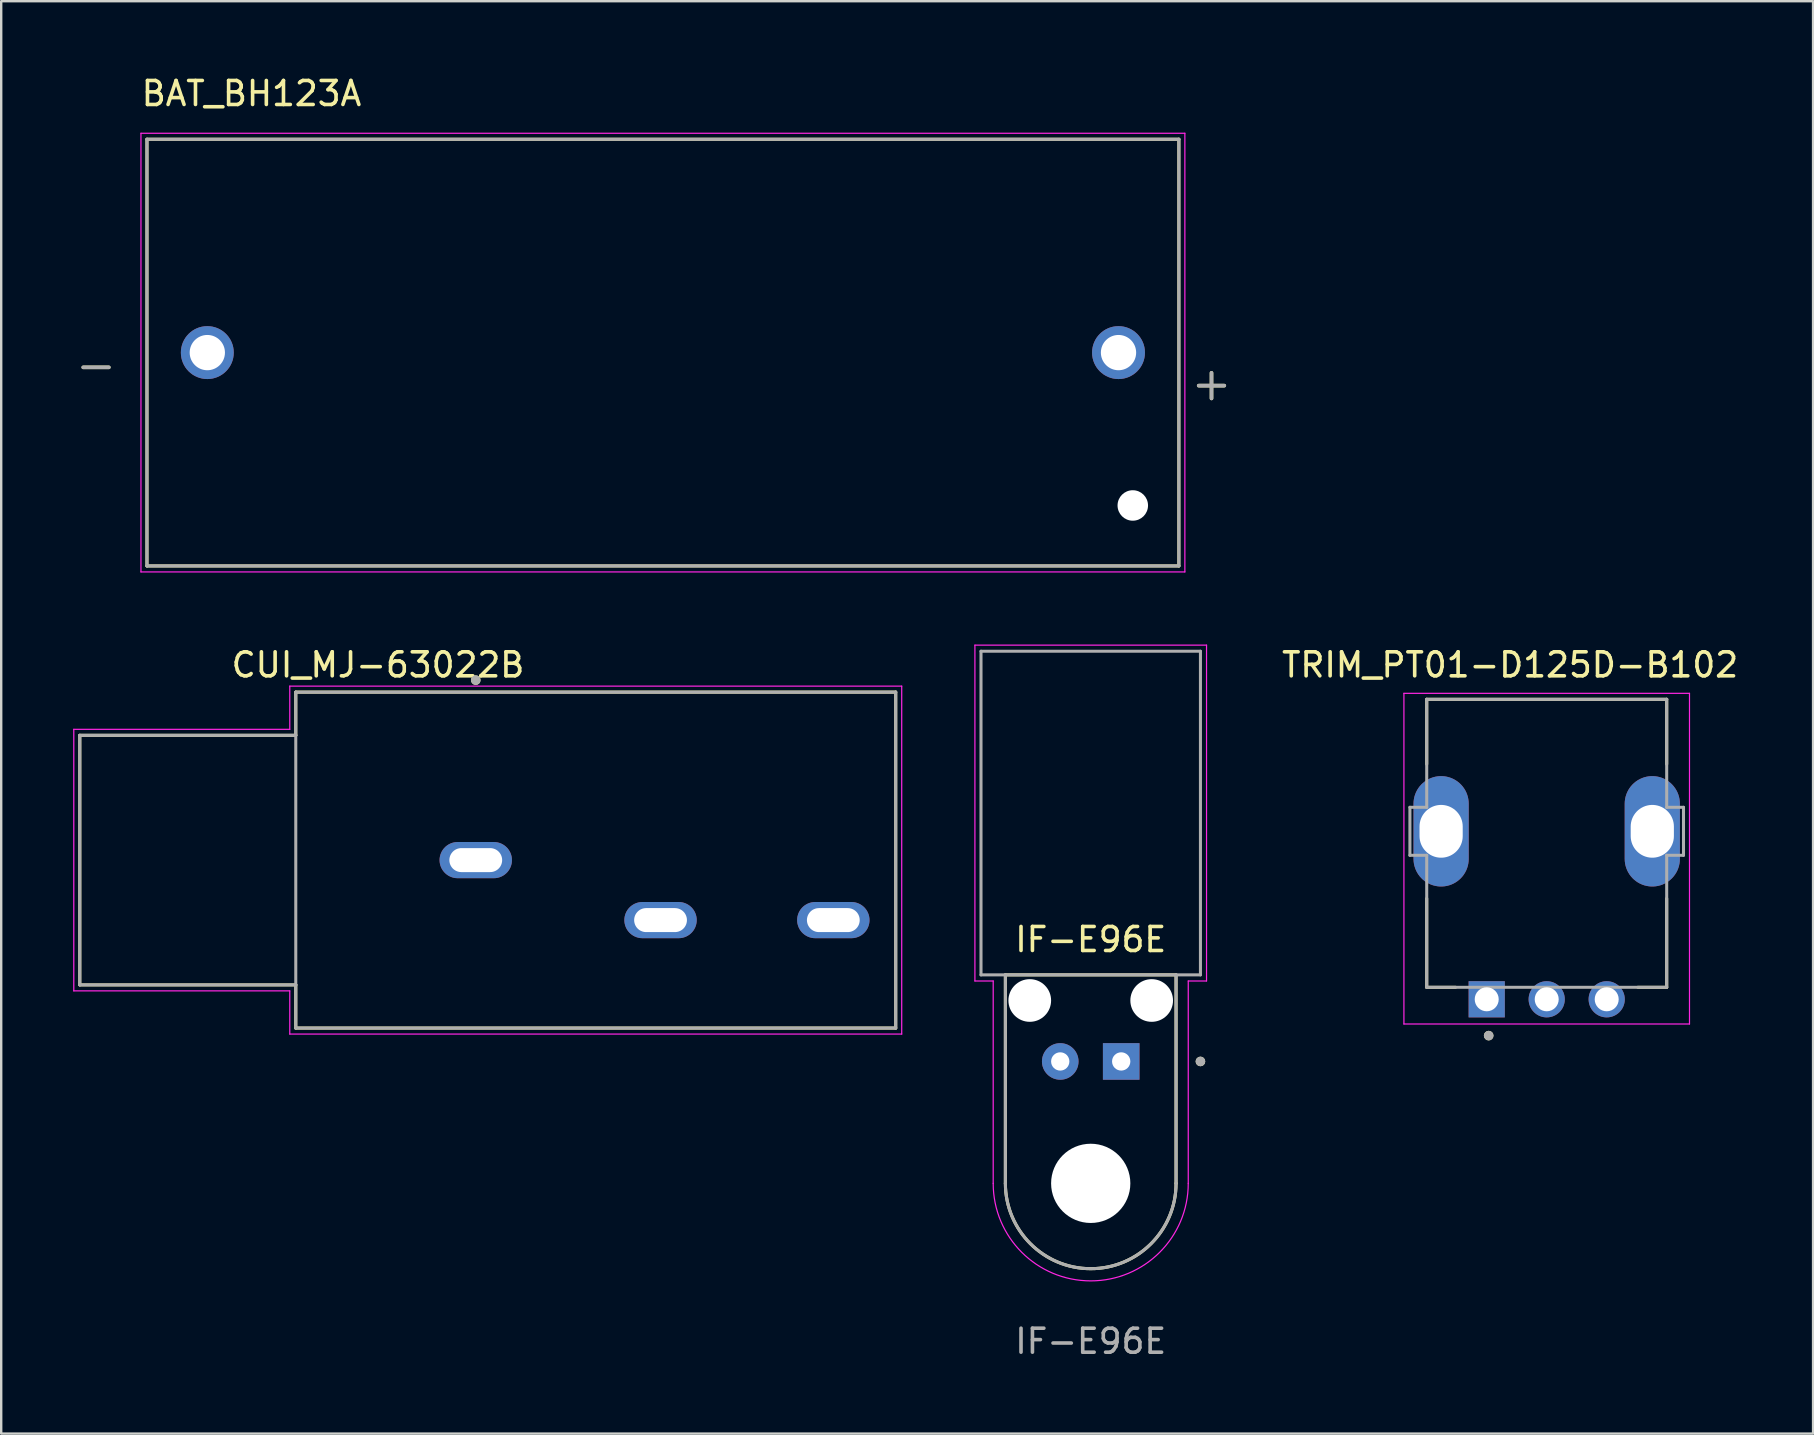
<source format=kicad_pcb>
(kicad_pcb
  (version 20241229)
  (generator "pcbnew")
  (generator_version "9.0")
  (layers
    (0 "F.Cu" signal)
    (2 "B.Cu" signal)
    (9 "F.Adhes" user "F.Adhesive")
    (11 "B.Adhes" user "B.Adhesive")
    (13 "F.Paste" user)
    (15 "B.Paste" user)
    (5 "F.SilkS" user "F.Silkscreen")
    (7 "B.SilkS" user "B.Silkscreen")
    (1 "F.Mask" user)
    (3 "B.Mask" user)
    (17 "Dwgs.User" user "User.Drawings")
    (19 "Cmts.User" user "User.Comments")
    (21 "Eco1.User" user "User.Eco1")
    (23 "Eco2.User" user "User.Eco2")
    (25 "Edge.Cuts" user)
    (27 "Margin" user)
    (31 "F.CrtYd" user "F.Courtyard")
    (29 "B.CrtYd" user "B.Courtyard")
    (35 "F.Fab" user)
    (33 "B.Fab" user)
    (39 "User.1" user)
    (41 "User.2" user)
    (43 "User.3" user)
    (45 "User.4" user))
  (footprint "CUI_MJ-63022B"
    (layer "F.Cu")
    (at 16.775 32.791)
    (property "Reference" "CUI_MJ-63022B" (at -4.075 -8.135 0) (layer "F.SilkS") (effects (font (size 1 1) (thickness 0.15))))
    (attr through_hole)
    (fp_line (start -16.5 -5.2) (end -16.5 5.2) (stroke (width 0.127) (type solid)) (layer "F.SilkS"))
    (fp_line (start -16.5 5.2) (end -7.5 5.2) (stroke (width 0.127) (type solid)) (layer "F.SilkS"))
    (fp_line (start -7.5 -7) (end 17.5 -7) (stroke (width 0.127) (type solid)) (layer "F.SilkS"))
    (fp_line (start -7.5 -5.2) (end -16.5 -5.2) (stroke (width 0.127) (type solid)) (layer "F.SilkS"))
    (fp_line (start -7.5 -5.2) (end -7.5 -7) (stroke (width 0.127) (type solid)) (layer "F.SilkS"))
    (fp_line (start -7.5 7) (end -7.5 5.2) (stroke (width 0.127) (type solid)) (layer "F.SilkS"))
    (fp_line (start 17.5 -7) (end 17.5 7) (stroke (width 0.127) (type solid)) (layer "F.SilkS"))
    (fp_line (start 17.5 7) (end -7.5 7) (stroke (width 0.127) (type solid)) (layer "F.SilkS"))
    (fp_circle (center 0 -7.5) (end 0.1 -7.5) (stroke (width 0.2) (type solid)) (fill no) (layer "F.SilkS"))
    (fp_line (start -16.75 -5.45) (end -7.75 -5.45) (stroke (width 0.05) (type solid)) (layer "F.CrtYd"))
    (fp_line (start -16.75 5.45) (end -16.75 -5.45) (stroke (width 0.05) (type solid)) (layer "F.CrtYd"))
    (fp_line (start -16.75 5.45) (end -7.75 5.45) (stroke (width 0.05) (type solid)) (layer "F.CrtYd"))
    (fp_line (start -7.75 -7.25) (end -7.75 -5.45) (stroke (width 0.05) (type solid)) (layer "F.CrtYd"))
    (fp_line (start -7.75 -7.25) (end 17.75 -7.25) (stroke (width 0.05) (type solid)) (layer "F.CrtYd"))
    (fp_line (start -7.75 5.45) (end -7.75 7.25) (stroke (width 0.05) (type solid)) (layer "F.CrtYd"))
    (fp_line (start 17.75 -7.25) (end 17.75 7.25) (stroke (width 0.05) (type solid)) (layer "F.CrtYd"))
    (fp_line (start 17.75 7.25) (end -7.75 7.25) (stroke (width 0.05) (type solid)) (layer "F.CrtYd"))
    (fp_line (start -16.5 -5.2) (end -16.5 5.2) (stroke (width 0.127) (type solid)) (layer "F.Fab"))
    (fp_line (start -16.5 5.2) (end -7.5 5.2) (stroke (width 0.127) (type solid)) (layer "F.Fab"))
    (fp_line (start -7.5 -7) (end 17.5 -7) (stroke (width 0.127) (type solid)) (layer "F.Fab"))
    (fp_line (start -7.5 -5.2) (end -16.5 -5.2) (stroke (width 0.127) (type solid)) (layer "F.Fab"))
    (fp_line (start -7.5 -5.2) (end -7.5 -7) (stroke (width 0.127) (type solid)) (layer "F.Fab"))
    (fp_line (start -7.5 5.2) (end -7.5 -5.2) (stroke (width 0.127) (type solid)) (layer "F.Fab"))
    (fp_line (start -7.5 7) (end -7.5 5.2) (stroke (width 0.127) (type solid)) (layer "F.Fab"))
    (fp_line (start 17.5 -7) (end 17.5 7) (stroke (width 0.127) (type solid)) (layer "F.Fab"))
    (fp_line (start 17.5 7) (end -7.5 7) (stroke (width 0.127) (type solid)) (layer "F.Fab"))
    (fp_circle (center 0 -7.5) (end 0.1 -7.5) (stroke (width 0.2) (type solid)) (fill no) (layer "F.Fab"))
    (pad "1" thru_hole oval (at 0 0) (size 3.016 1.508) (drill oval 2.2 1) (layers "*.Cu" "*.Mask"))
    (pad "2" thru_hole oval (at 14.9 2.5) (size 3.016 1.508) (drill oval 2.2 1) (layers "*.Cu" "*.Mask"))
    (pad "4" thru_hole oval (at 7.7 2.5) (size 3.016 1.508) (drill oval 2.2 1) (layers "*.Cu" "*.Mask")))
  (footprint "BAT_BH123A"
    (layer "F.Cu")
    (at 24.574 11.643)
    (property "Reference" "BAT_BH123A" (at -17.145 -10.795 0) (layer "F.SilkS") (effects (font (size 1 1) (thickness 0.15))))
    (attr through_hole)
    (fp_line (start -21.5 -8.89) (end 21.5 -8.89) (stroke (width 0.127) (type solid)) (layer "F.SilkS"))
    (fp_line (start -21.5 8.89) (end -21.5 -8.89) (stroke (width 0.127) (type solid)) (layer "F.SilkS"))
    (fp_line (start 21.5 -8.89) (end 21.5 8.89) (stroke (width 0.127) (type solid)) (layer "F.SilkS"))
    (fp_line (start 21.5 8.89) (end -21.5 8.89) (stroke (width 0.127) (type solid)) (layer "F.SilkS"))
    (fp_line (start -21.75 -9.14) (end 21.75 -9.14) (stroke (width 0.05) (type solid)) (layer "F.CrtYd"))
    (fp_line (start -21.75 9.14) (end -21.75 -9.14) (stroke (width 0.05) (type solid)) (layer "F.CrtYd"))
    (fp_line (start 21.75 -9.14) (end 21.75 9.14) (stroke (width 0.05) (type solid)) (layer "F.CrtYd"))
    (fp_line (start 21.75 9.14) (end -21.75 9.14) (stroke (width 0.05) (type solid)) (layer "F.CrtYd"))
    (fp_line (start -21.5 -8.89) (end 21.5 -8.89) (stroke (width 0.127) (type solid)) (layer "F.Fab"))
    (fp_line (start -21.5 8.89) (end -21.5 -8.89) (stroke (width 0.127) (type solid)) (layer "F.Fab"))
    (fp_line (start 21.5 -8.89) (end 21.5 8.89) (stroke (width 0.127) (type solid)) (layer "F.Fab"))
    (fp_line (start 21.5 8.89) (end -21.5 8.89) (stroke (width 0.127) (type solid)) (layer "F.Fab"))
    (fp_text user "-" (at -23.622 0.508 0) (layer "F.SilkS") (effects (font (size 1.4 1.4) (thickness 0.15))))
    (fp_text user "+" (at 22.86 1.27 0) (layer "F.SilkS") (effects (font (size 1.4 1.4) (thickness 0.15))))
    (fp_text user "-" (at -23.622 0.508 0) (layer "F.Fab") (effects (font (size 1.4 1.4) (thickness 0.15))))
    (fp_text user "+" (at 22.86 1.27 0) (layer "F.Fab") (effects (font (size 1.4 1.4) (thickness 0.15))))
    (pad "" np_thru_hole circle (at 19.58 6.37) (size 1.27 1.27) (drill 1.27) (layers "*.Cu" "*.Mask"))
    (pad "N" thru_hole circle (at -18.985 0) (size 2.205 2.205) (drill 1.47) (layers "*.Cu" "*.Mask"))
    (pad "P" thru_hole circle (at 18.985 0) (size 2.205 2.205) (drill 1.47) (layers "*.Cu" "*.Mask")))
  (footprint "TRIM_PT01-D125D-B102"
    (layer "F.Cu")
    (at 61.402 31.591)
    (property "Reference" "TRIM_PT01-D125D-B102" (at -1.525 -6.935 0) (layer "F.SilkS") (effects (font (size 1 1) (thickness 0.15))))
    (attr through_hole)
    (fp_line (start -5 -5.5) (end 5 -5.5) (stroke (width 0.127) (type solid)) (layer "F.SilkS"))
    (fp_line (start -5 -2.8) (end -5 -5.5) (stroke (width 0.127) (type solid)) (layer "F.SilkS"))
    (fp_line (start -5 2.8) (end -5 6.5) (stroke (width 0.127) (type solid)) (layer "F.SilkS"))
    (fp_line (start -5 6.5) (end -3.8 6.5) (stroke (width 0.127) (type solid)) (layer "F.SilkS"))
    (fp_line (start 5 -5.5) (end 5 -2.8) (stroke (width 0.127) (type solid)) (layer "F.SilkS"))
    (fp_line (start 5 2.8) (end 5 6.5) (stroke (width 0.127) (type solid)) (layer "F.SilkS"))
    (fp_line (start 5 6.5) (end 3.8 6.5) (stroke (width 0.127) (type solid)) (layer "F.SilkS"))
    (fp_circle (center -2.418 8.514) (end -2.318 8.514) (stroke (width 0.2) (type solid)) (fill no) (layer "F.SilkS"))
    (fp_line (start -5.95 -5.75) (end 5.95 -5.75) (stroke (width 0.05) (type solid)) (layer "F.CrtYd"))
    (fp_line (start -5.95 8.03) (end -5.95 -5.75) (stroke (width 0.05) (type solid)) (layer "F.CrtYd"))
    (fp_line (start 5.95 -5.75) (end 5.95 8.03) (stroke (width 0.05) (type solid)) (layer "F.CrtYd"))
    (fp_line (start 5.95 8.03) (end -5.95 8.03) (stroke (width 0.05) (type solid)) (layer "F.CrtYd"))
    (fp_line (start -5.7 -1) (end -5 -1) (stroke (width 0.127) (type solid)) (layer "F.Fab"))
    (fp_line (start -5.7 1) (end -5.7 -1) (stroke (width 0.127) (type solid)) (layer "F.Fab"))
    (fp_line (start -5 -5.5) (end 5 -5.5) (stroke (width 0.127) (type solid)) (layer "F.Fab"))
    (fp_line (start -5 -1) (end -5 -5.5) (stroke (width 0.127) (type solid)) (layer "F.Fab"))
    (fp_line (start -5 1) (end -5.7 1) (stroke (width 0.127) (type solid)) (layer "F.Fab"))
    (fp_line (start -5 6.5) (end -5 1) (stroke (width 0.127) (type solid)) (layer "F.Fab"))
    (fp_line (start -5 6.5) (end 5 6.5) (stroke (width 0.127) (type solid)) (layer "F.Fab"))
    (fp_line (start 5 -5.5) (end 5 -1) (stroke (width 0.127) (type solid)) (layer "F.Fab"))
    (fp_line (start 5 -1) (end 5.7 -1) (stroke (width 0.127) (type solid)) (layer "F.Fab"))
    (fp_line (start 5 1) (end 5 6.5) (stroke (width 0.127) (type solid)) (layer "F.Fab"))
    (fp_line (start 5.7 -1) (end 5.7 1) (stroke (width 0.127) (type solid)) (layer "F.Fab"))
    (fp_line (start 5.7 1) (end 5 1) (stroke (width 0.127) (type solid)) (layer "F.Fab"))
    (fp_circle (center -2.418 8.514) (end -2.318 8.514) (stroke (width 0.2) (type solid)) (fill no) (layer "F.Fab"))
    (pad "1" thru_hole rect (at -2.5 7) (size 1.508 1.508) (drill 1) (layers "*.Cu" "*.Mask"))
    (pad "2" thru_hole circle (at 0 7) (size 1.508 1.508) (drill 1) (layers "*.Cu" "*.Mask"))
    (pad "3" thru_hole circle (at 2.5 7) (size 1.508 1.508) (drill 1) (layers "*.Cu" "*.Mask"))
    (pad "S1" thru_hole oval (at -4.4 0) (size 2.3 4.6) (drill oval 1.8 2.2) (layers "*.Cu" "*.Mask"))
    (pad "S2" thru_hole oval (at 4.4 0) (size 2.3 4.6) (drill oval 1.8 2.2) (layers "*.Cu" "*.Mask")))
  (footprint "IF-E96E"
    (layer "F.Cu")
    (at 42.401 41.181)
    (property "Reference" "IF-E96E" (at 0 -5.08 0) (unlocked yes) (layer "F.SilkS") (effects (font (size 1 1) (thickness 0.15))))
    (attr through_hole)
    (fp_line (start -3.556 -3.607) (end -3.556 5.08) (stroke (width 0.127) (type solid)) (layer "F.SilkS"))
    (fp_line (start -3.556 -3.607) (end 3.556 -3.607) (stroke (width 0.127) (type solid)) (layer "F.SilkS"))
    (fp_line (start 3.556 -3.607) (end 3.556 5.08) (stroke (width 0.127) (type solid)) (layer "F.SilkS"))
    (fp_arc (start 3.556 5.08) (mid 0 8.636) (end -3.556 5.08) (stroke (width 0.127) (type solid)) (layer "F.SilkS"))
    (fp_circle (center 4.572 0) (end 4.672 0) (stroke (width 0.2) (type solid)) (fill no) (layer "F.SilkS"))
    (fp_line (start -4.826 -17.348) (end -4.826 -3.353) (stroke (width 0.05) (type solid)) (layer "F.CrtYd"))
    (fp_line (start -4.826 -17.348) (end 4.826 -17.348) (stroke (width 0.05) (type solid)) (layer "F.CrtYd"))
    (fp_line (start -4.826 -3.353) (end -4.064 -3.353) (stroke (width 0.05) (type solid)) (layer "F.CrtYd"))
    (fp_line (start -4.064 -3.353) (end -4.064 5.08) (stroke (width 0.05) (type solid)) (layer "F.CrtYd"))
    (fp_line (start 4.064 -3.353) (end 4.064 5.08) (stroke (width 0.05) (type solid)) (layer "F.CrtYd"))
    (fp_line (start 4.826 -17.348) (end 4.826 -3.353) (stroke (width 0.05) (type solid)) (layer "F.CrtYd"))
    (fp_line (start 4.826 -3.353) (end 4.064 -3.353) (stroke (width 0.05) (type solid)) (layer "F.CrtYd"))
    (fp_arc (start 4.064 5.08) (mid 0 9.144) (end -4.064 5.08) (stroke (width 0.05) (type solid)) (layer "F.CrtYd"))
    (fp_line (start -4.572 -17.094) (end -4.572 -3.607) (stroke (width 0.127) (type solid)) (layer "F.Fab"))
    (fp_line (start -4.572 -17.094) (end 4.572 -17.094) (stroke (width 0.127) (type solid)) (layer "F.Fab"))
    (fp_line (start -3.556 -3.607) (end -4.572 -3.607) (stroke (width 0.127) (type solid)) (layer "F.Fab"))
    (fp_line (start -3.556 -3.607) (end -3.556 5.08) (stroke (width 0.127) (type solid)) (layer "F.Fab"))
    (fp_line (start -3.556 -3.607) (end 3.556 -3.607) (stroke (width 0.127) (type solid)) (layer "F.Fab"))
    (fp_line (start 3.556 -3.607) (end 3.556 5.08) (stroke (width 0.127) (type solid)) (layer "F.Fab"))
    (fp_line (start 4.572 -17.094) (end 4.572 -3.607) (stroke (width 0.127) (type solid)) (layer "F.Fab"))
    (fp_line (start 4.572 -3.607) (end 3.556 -3.607) (stroke (width 0.127) (type solid)) (layer "F.Fab"))
    (fp_arc (start 3.556 5.08) (mid 0 8.636) (end -3.556 5.08) (stroke (width 0.127) (type solid)) (layer "F.Fab"))
    (fp_circle (center 4.572 0) (end 4.672 0) (stroke (width 0.2) (type solid)) (fill no) (layer "F.Fab"))
    (fp_text user "${REFERENCE}" (at 0 11.66 0) (unlocked yes) (layer "F.Fab") (effects (font (size 1 1) (thickness 0.15))))
    (pad "" np_thru_hole circle (at -2.54 -2.54) (size 1.778 1.778) (drill 1.778) (layers "*.Cu" "*.Mask"))
    (pad "" np_thru_hole circle (at 0 5.08) (size 3.302 3.302) (drill 3.302) (layers "*.Cu" "*.Mask"))
    (pad "" np_thru_hole circle (at 2.54 -2.54) (size 1.778 1.778) (drill 1.778) (layers "*.Cu" "*.Mask"))
    (pad "1" thru_hole rect (at 1.27 0) (size 1.524 1.524) (drill 0.762) (layers "*.Cu" "*.Mask"))
    (pad "2" thru_hole circle (at -1.27 0) (size 1.524 1.524) (drill 0.762) (layers "*.Cu" "*.Mask")))
  (gr_rect
    (start -3 -3)
    (end 72.502 56.69)
    (stroke (width 0.1) (type default))
    (fill no)
    (layer "Edge.Cuts")))
</source>
